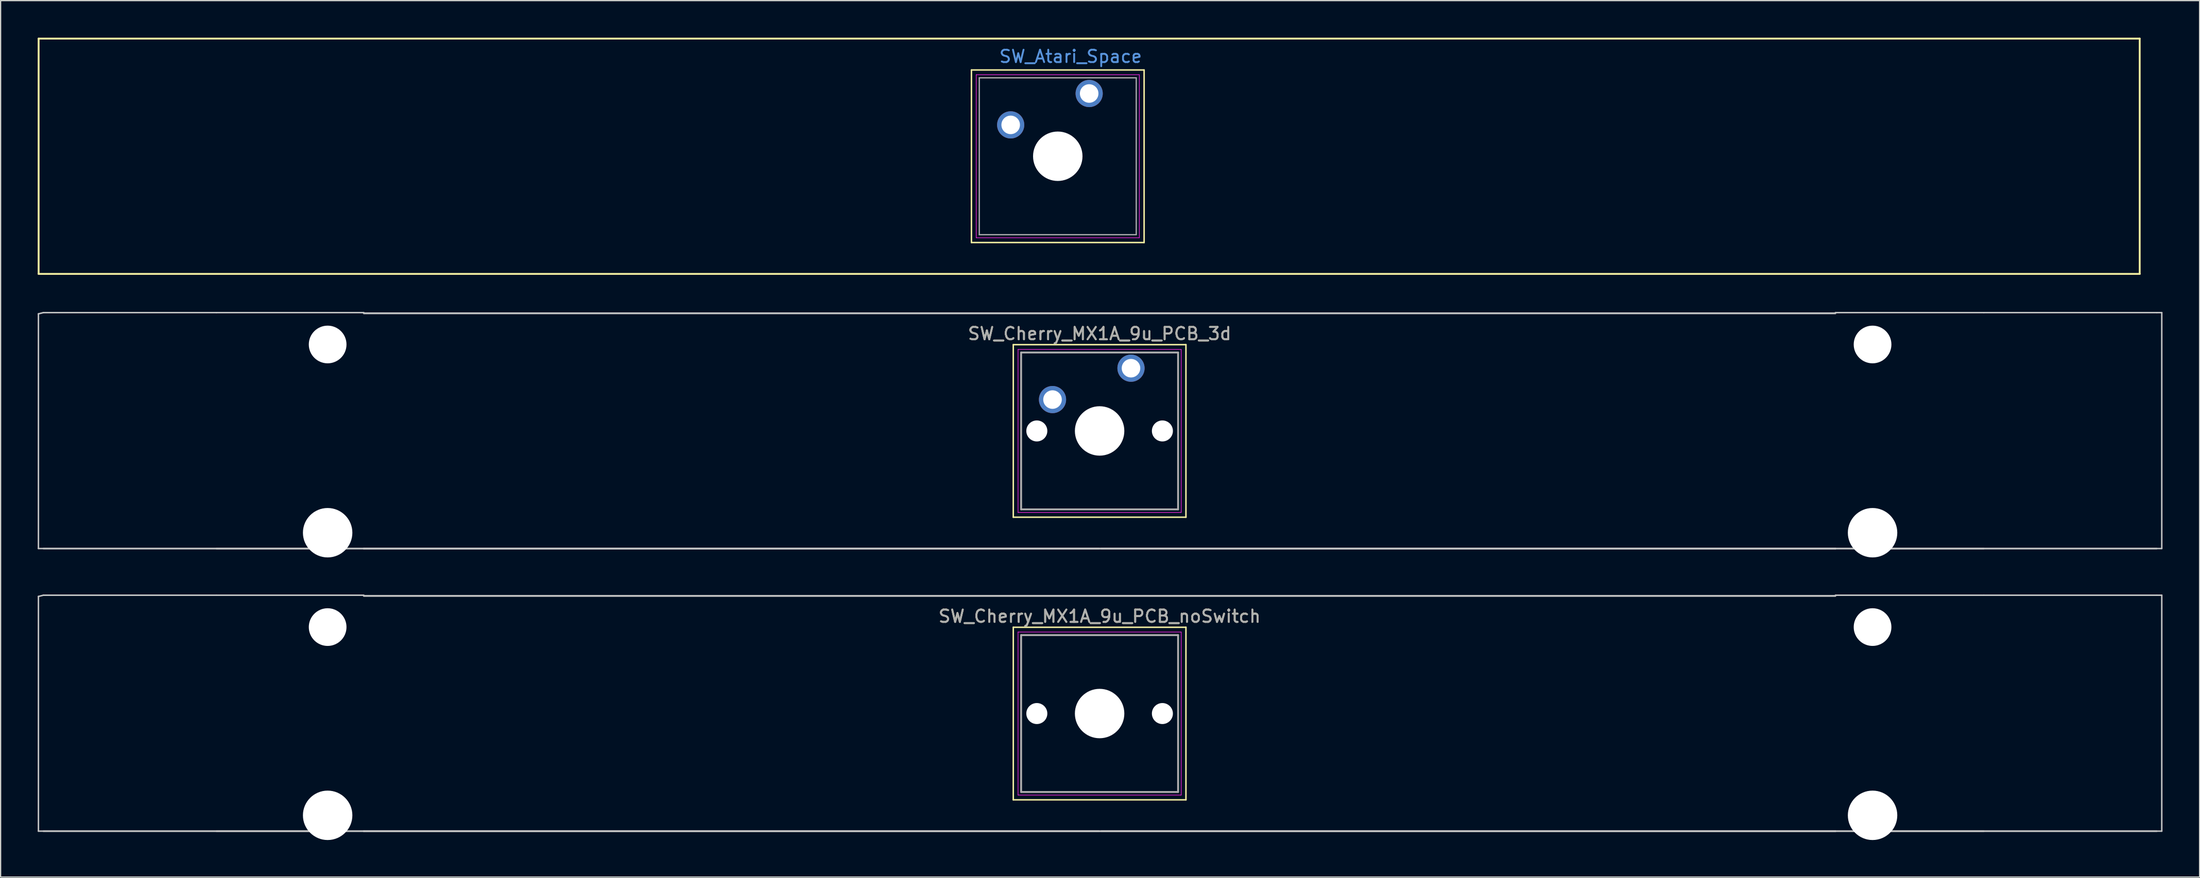
<source format=kicad_pcb>
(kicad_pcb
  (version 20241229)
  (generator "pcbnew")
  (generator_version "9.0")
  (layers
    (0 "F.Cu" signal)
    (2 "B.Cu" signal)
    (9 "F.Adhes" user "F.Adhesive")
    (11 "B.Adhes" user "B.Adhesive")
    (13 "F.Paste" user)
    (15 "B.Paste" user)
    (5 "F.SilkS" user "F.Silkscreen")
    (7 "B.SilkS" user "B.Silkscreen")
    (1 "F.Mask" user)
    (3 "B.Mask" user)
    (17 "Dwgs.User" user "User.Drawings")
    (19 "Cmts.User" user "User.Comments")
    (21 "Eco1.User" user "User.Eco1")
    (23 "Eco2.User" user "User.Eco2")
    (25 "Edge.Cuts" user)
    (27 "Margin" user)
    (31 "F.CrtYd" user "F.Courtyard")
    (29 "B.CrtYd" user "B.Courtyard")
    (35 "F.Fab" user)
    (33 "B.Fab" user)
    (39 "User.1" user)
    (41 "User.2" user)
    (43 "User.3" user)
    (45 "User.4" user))
  (footprint "SW_Atari_Space"
    (layer "F.Cu")
    (at 82.535 9.6)
    (property "Reference" "SW_Atari_Space" (at 1.04 -8.08 0) (layer "Cmts.User") (effects (font (size 1 1) (thickness 0.15))))
    (attr through_hole)
    (fp_line (start -82.46 -9.525) (end 87.54 -9.525) (stroke (width 0.15) (type solid)) (layer "F.SilkS"))
    (fp_line (start -82.46 9.525) (end -82.46 -9.525) (stroke (width 0.15) (type solid)) (layer "F.SilkS"))
    (fp_line (start -82.46 9.525) (end 87.54 9.525) (stroke (width 0.15) (type solid)) (layer "F.SilkS"))
    (fp_line (start -6.985 -6.985) (end 6.985 -6.985) (stroke (width 0.12) (type solid)) (layer "F.SilkS"))
    (fp_line (start -6.985 6.985) (end -6.985 -6.985) (stroke (width 0.12) (type solid)) (layer "F.SilkS"))
    (fp_line (start 6.985 -6.985) (end 6.985 6.985) (stroke (width 0.12) (type solid)) (layer "F.SilkS"))
    (fp_line (start 6.985 6.985) (end -6.985 6.985) (stroke (width 0.12) (type solid)) (layer "F.SilkS"))
    (fp_line (start 87.54 -9.525) (end 87.54 9.525) (stroke (width 0.15) (type solid)) (layer "F.SilkS"))
    (fp_line (start -6.6 -6.6) (end 6.6 -6.6) (stroke (width 0.05) (type solid)) (layer "F.CrtYd"))
    (fp_line (start -6.6 6.6) (end -6.6 -6.6) (stroke (width 0.05) (type solid)) (layer "F.CrtYd"))
    (fp_line (start 6.6 -6.6) (end 6.6 6.6) (stroke (width 0.05) (type solid)) (layer "F.CrtYd"))
    (fp_line (start 6.6 6.6) (end -6.6 6.6) (stroke (width 0.05) (type solid)) (layer "F.CrtYd"))
    (fp_line (start -6.35 -6.35) (end 6.35 -6.35) (stroke (width 0.1) (type solid)) (layer "F.Fab"))
    (fp_line (start -6.35 6.35) (end -6.35 -6.35) (stroke (width 0.1) (type solid)) (layer "F.Fab"))
    (fp_line (start 6.35 -6.35) (end 6.35 6.35) (stroke (width 0.1) (type solid)) (layer "F.Fab"))
    (fp_line (start 6.35 6.35) (end -6.35 6.35) (stroke (width 0.1) (type solid)) (layer "F.Fab"))
    (pad "" np_thru_hole circle (at 0 0) (size 4 4) (drill 4) (layers "*.Cu" "*.Mask"))
    (pad "1" thru_hole circle (at 2.54 -5.08) (size 2.2 2.2) (drill 1.5) (layers "*.Cu" "*.Mask"))
    (pad "2" thru_hole circle (at -3.81 -2.54) (size 2.2 2.2) (drill 1.5) (layers "*.Cu" "*.Mask")))
  (footprint "SW_Cherry_MX1A_9u_PCB_noSwitch"
    (layer "F.Cu")
    (at 88.46 49.64)
    (property "Reference" "SW_Cherry_MX1A_9u_PCB_noSwitch" (at -2.54 -2.794 0) (layer "F.SilkS") (effects (font (size 1 1) (thickness 0.15))))
    (attr through_hole)
    (fp_line (start -9.525 -1.905) (end 4.445 -1.905) (stroke (width 0.12) (type solid)) (layer "F.SilkS"))
    (fp_line (start -9.525 12.065) (end -9.525 -1.905) (stroke (width 0.12) (type solid)) (layer "F.SilkS"))
    (fp_line (start 4.445 -1.905) (end 4.445 12.065) (stroke (width 0.12) (type solid)) (layer "F.SilkS"))
    (fp_line (start 4.445 12.065) (end -9.525 12.065) (stroke (width 0.12) (type solid)) (layer "F.SilkS"))
    (fp_line (start -88.4 14.6) (end -88.4 -4.4) (stroke (width 0.12) (type solid)) (layer "Dwgs.User"))
    (fp_line (start -88 -4.5) (end -88.4 -4.4) (stroke (width 0.12) (type solid)) (layer "Dwgs.User"))
    (fp_line (start -88 -4.5) (end -74 -4.5) (stroke (width 0.12) (type solid)) (layer "Dwgs.User"))
    (fp_line (start -74 -4.5) (end -62.071 -4.5) (stroke (width 0.12) (type solid)) (layer "Dwgs.User"))
    (fp_line (start -65 14.605) (end -88 14.605) (stroke (width 0.12) (type solid)) (layer "Dwgs.User"))
    (fp_line (start -65 14.605) (end -74 14.605) (stroke (width 0.12) (type solid)) (layer "Dwgs.User"))
    (fp_line (start -62.071 -4.445) (end 56.991 -4.445) (stroke (width 0.15) (type solid)) (layer "Dwgs.User"))
    (fp_line (start -62.071 14.605) (end -65 14.605) (stroke (width 0.12) (type solid)) (layer "Dwgs.User"))
    (fp_line (start -2.6 14.6) (end -88.4 14.6) (stroke (width 0.12) (type solid)) (layer "Dwgs.User"))
    (fp_line (start -2.4 14.6) (end 83.4 14.6) (stroke (width 0.12) (type solid)) (layer "Dwgs.User"))
    (fp_line (start 56.991 14.605) (end -62.071 14.605) (stroke (width 0.15) (type solid)) (layer "Dwgs.User"))
    (fp_line (start 56.991 14.605) (end 60 14.605) (stroke (width 0.12) (type solid)) (layer "Dwgs.User"))
    (fp_line (start 60 14.605) (end 69 14.605) (stroke (width 0.12) (type solid)) (layer "Dwgs.User"))
    (fp_line (start 60 14.605) (end 83 14.605) (stroke (width 0.12) (type solid)) (layer "Dwgs.User"))
    (fp_line (start 69 -4.5) (end 56.991 -4.5) (stroke (width 0.12) (type solid)) (layer "Dwgs.User"))
    (fp_line (start 83 -4.5) (end 69 -4.5) (stroke (width 0.12) (type solid)) (layer "Dwgs.User"))
    (fp_line (start 83 -4.5) (end 83.4 -4.5) (stroke (width 0.12) (type solid)) (layer "Dwgs.User"))
    (fp_line (start 83.4 -4.5) (end 83.4 14.6) (stroke (width 0.12) (type solid)) (layer "Dwgs.User"))
    (fp_line (start -9.14 -1.52) (end 4.06 -1.52) (stroke (width 0.05) (type solid)) (layer "F.CrtYd"))
    (fp_line (start -9.14 11.68) (end -9.14 -1.52) (stroke (width 0.05) (type solid)) (layer "F.CrtYd"))
    (fp_line (start 4.06 -1.52) (end 4.06 11.68) (stroke (width 0.05) (type solid)) (layer "F.CrtYd"))
    (fp_line (start 4.06 11.68) (end -9.14 11.68) (stroke (width 0.05) (type solid)) (layer "F.CrtYd"))
    (fp_line (start -8.89 -1.27) (end 3.81 -1.27) (stroke (width 0.15) (type solid)) (layer "F.Fab"))
    (fp_line (start -8.89 11.43) (end -8.89 -1.27) (stroke (width 0.15) (type solid)) (layer "F.Fab"))
    (fp_line (start 3.81 -1.27) (end 3.81 11.43) (stroke (width 0.15) (type solid)) (layer "F.Fab"))
    (fp_line (start 3.81 11.43) (end -8.89 11.43) (stroke (width 0.15) (type solid)) (layer "F.Fab"))
    (fp_text user "${REFERENCE}" (at -2.54 -2.794 0) (layer "F.Fab") (effects (font (size 1 1) (thickness 0.15))))
    (pad "" np_thru_hole circle (at -65 -1.92) (size 3.05 3.05) (drill 3.05) (layers "*.Cu" "*.Mask"))
    (pad "" np_thru_hole circle (at -65 13.32) (size 4 4) (drill 4) (layers "*.Cu" "*.Mask"))
    (pad "" np_thru_hole circle (at -7.62 5.08) (size 1.7 1.7) (drill 1.7) (layers "*.Cu" "*.Mask"))
    (pad "" np_thru_hole circle (at -2.54 5.08) (size 4 4) (drill 4) (layers "*.Cu" "*.Mask"))
    (pad "" np_thru_hole circle (at 2.54 5.08) (size 1.7 1.7) (drill 1.7) (layers "*.Cu" "*.Mask"))
    (pad "" np_thru_hole circle (at 60 -1.92) (size 3.05 3.05) (drill 3.05) (layers "*.Cu" "*.Mask"))
    (pad "" np_thru_hole circle (at 60 13.32) (size 4 4) (drill 4) (layers "*.Cu" "*.Mask")))
  (footprint "SW_Cherry_MX1A_9u_PCB_3d"
    (layer "F.Cu")
    (at 88.46 26.76)
    (property "Reference" "SW_Cherry_MX1A_9u_PCB_3d" (at -2.54 -2.794 0) (layer "F.SilkS") (effects (font (size 1 1) (thickness 0.15))))
    (attr through_hole)
    (fp_line (start -9.525 -1.905) (end 4.445 -1.905) (stroke (width 0.12) (type solid)) (layer "F.SilkS"))
    (fp_line (start -9.525 12.065) (end -9.525 -1.905) (stroke (width 0.12) (type solid)) (layer "F.SilkS"))
    (fp_line (start 4.445 -1.905) (end 4.445 12.065) (stroke (width 0.12) (type solid)) (layer "F.SilkS"))
    (fp_line (start 4.445 12.065) (end -9.525 12.065) (stroke (width 0.12) (type solid)) (layer "F.SilkS"))
    (fp_line (start -88.4 14.6) (end -88.4 -4.4) (stroke (width 0.12) (type solid)) (layer "Dwgs.User"))
    (fp_line (start -88 -4.5) (end -88.4 -4.4) (stroke (width 0.12) (type solid)) (layer "Dwgs.User"))
    (fp_line (start -88 -4.5) (end -74 -4.5) (stroke (width 0.12) (type solid)) (layer "Dwgs.User"))
    (fp_line (start -74 -4.5) (end -62.071 -4.5) (stroke (width 0.12) (type solid)) (layer "Dwgs.User"))
    (fp_line (start -65 14.605) (end -88 14.605) (stroke (width 0.12) (type solid)) (layer "Dwgs.User"))
    (fp_line (start -65 14.605) (end -74 14.605) (stroke (width 0.12) (type solid)) (layer "Dwgs.User"))
    (fp_line (start -62.071 -4.445) (end 56.991 -4.445) (stroke (width 0.15) (type solid)) (layer "Dwgs.User"))
    (fp_line (start -62.071 14.605) (end -65 14.605) (stroke (width 0.12) (type solid)) (layer "Dwgs.User"))
    (fp_line (start -2.6 14.6) (end -88.4 14.6) (stroke (width 0.12) (type solid)) (layer "Dwgs.User"))
    (fp_line (start -2.4 14.6) (end 83.4 14.6) (stroke (width 0.12) (type solid)) (layer "Dwgs.User"))
    (fp_line (start 56.991 14.605) (end -62.071 14.605) (stroke (width 0.15) (type solid)) (layer "Dwgs.User"))
    (fp_line (start 56.991 14.605) (end 60 14.605) (stroke (width 0.12) (type solid)) (layer "Dwgs.User"))
    (fp_line (start 60 14.605) (end 69 14.605) (stroke (width 0.12) (type solid)) (layer "Dwgs.User"))
    (fp_line (start 60 14.605) (end 83 14.605) (stroke (width 0.12) (type solid)) (layer "Dwgs.User"))
    (fp_line (start 69 -4.5) (end 56.991 -4.5) (stroke (width 0.12) (type solid)) (layer "Dwgs.User"))
    (fp_line (start 83 -4.5) (end 69 -4.5) (stroke (width 0.12) (type solid)) (layer "Dwgs.User"))
    (fp_line (start 83 -4.5) (end 83.4 -4.5) (stroke (width 0.12) (type solid)) (layer "Dwgs.User"))
    (fp_line (start 83.4 -4.5) (end 83.4 14.6) (stroke (width 0.12) (type solid)) (layer "Dwgs.User"))
    (fp_line (start -9.14 -1.52) (end 4.06 -1.52) (stroke (width 0.05) (type solid)) (layer "F.CrtYd"))
    (fp_line (start -9.14 11.68) (end -9.14 -1.52) (stroke (width 0.05) (type solid)) (layer "F.CrtYd"))
    (fp_line (start 4.06 -1.52) (end 4.06 11.68) (stroke (width 0.05) (type solid)) (layer "F.CrtYd"))
    (fp_line (start 4.06 11.68) (end -9.14 11.68) (stroke (width 0.05) (type solid)) (layer "F.CrtYd"))
    (fp_line (start -8.89 -1.27) (end 3.81 -1.27) (stroke (width 0.15) (type solid)) (layer "F.Fab"))
    (fp_line (start -8.89 11.43) (end -8.89 -1.27) (stroke (width 0.15) (type solid)) (layer "F.Fab"))
    (fp_line (start 3.81 -1.27) (end 3.81 11.43) (stroke (width 0.15) (type solid)) (layer "F.Fab"))
    (fp_line (start 3.81 11.43) (end -8.89 11.43) (stroke (width 0.15) (type solid)) (layer "F.Fab"))
    (fp_text user "${REFERENCE}" (at -2.54 -2.794 0) (layer "F.Fab") (effects (font (size 1 1) (thickness 0.15))))
    (pad "" np_thru_hole circle (at -65 -1.92) (size 3.05 3.05) (drill 3.05) (layers "*.Cu" "*.Mask"))
    (pad "" np_thru_hole circle (at -65 13.32) (size 4 4) (drill 4) (layers "*.Cu" "*.Mask"))
    (pad "" np_thru_hole circle (at -7.62 5.08) (size 1.7 1.7) (drill 1.7) (layers "*.Cu" "*.Mask"))
    (pad "" np_thru_hole circle (at -2.54 5.08) (size 4 4) (drill 4) (layers "*.Cu" "*.Mask"))
    (pad "" np_thru_hole circle (at 2.54 5.08) (size 1.7 1.7) (drill 1.7) (layers "*.Cu" "*.Mask"))
    (pad "" np_thru_hole circle (at 60 -1.92) (size 3.05 3.05) (drill 3.05) (layers "*.Cu" "*.Mask"))
    (pad "" np_thru_hole circle (at 60 13.32) (size 4 4) (drill 4) (layers "*.Cu" "*.Mask"))
    (pad "1" thru_hole circle (at 0 0) (size 2.2 2.2) (drill 1.5) (layers "*.Cu" "*.Mask"))
    (pad "2" thru_hole circle (at -6.35 2.54) (size 2.2 2.2) (drill 1.5) (layers "*.Cu" "*.Mask")))
  (gr_rect
    (start -3 -3)
    (end 174.92 67.96)
    (stroke (width 0.1) (type default))
    (fill no)
    (layer "Edge.Cuts")))
</source>
